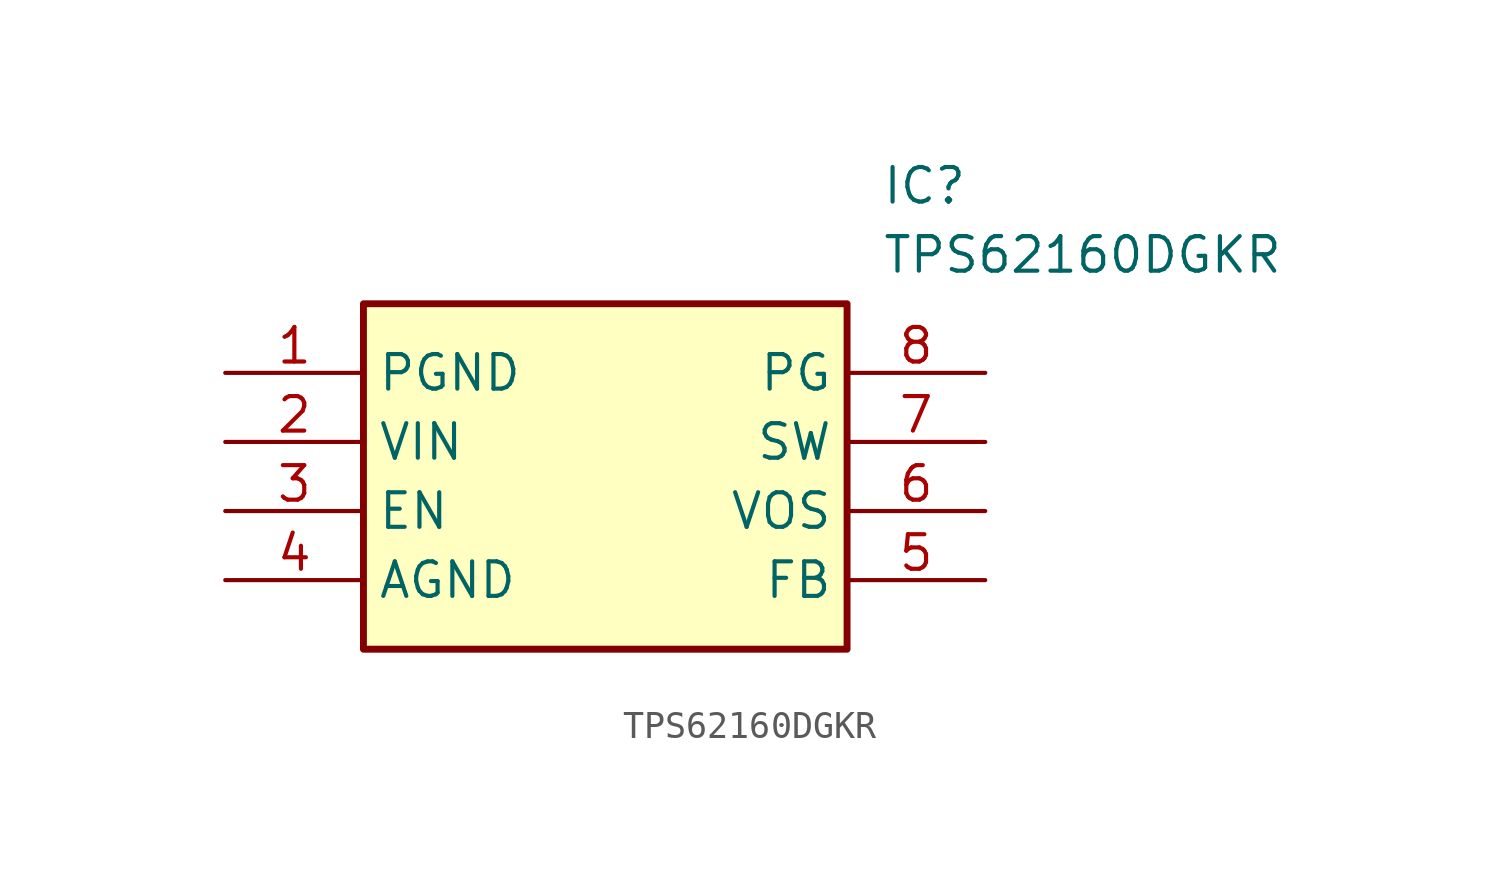
<source format=kicad_sym>
(kicad_symbol_lib
  (version 20211014)
  (generator SamacSys_ECAD_Model)
  (symbol "TPS62160DGKR"
    (property "Reference" "IC"
      (at 24.13 7.62 0)
      (effects (font (size 1.27 1.27)) (justify left top)))
    (property "Value" "TPS62160DGKR"
      (at 24.13 5.08 0)
      (effects (font (size 1.27 1.27)) (justify left top)))
    (rectangle
      (start 5.08 2.54)
      (end 22.86 -10.16)
      (stroke (width 0.254) (type default))
      (fill (type background)))
    (pin passive line
      (at 0 0 0)
      (length 5.08)
      (name "PGND" (effects (font (size 1.27 1.27))))
      (number "1" (effects (font (size 1.27 1.27)))))
    (pin passive line
      (at 0 -2.54 0)
      (length 5.08)
      (name "VIN" (effects (font (size 1.27 1.27))))
      (number "2" (effects (font (size 1.27 1.27)))))
    (pin passive line
      (at 0 -5.08 0)
      (length 5.08)
      (name "EN" (effects (font (size 1.27 1.27))))
      (number "3" (effects (font (size 1.27 1.27)))))
    (pin passive line
      (at 0 -7.62 0)
      (length 5.08)
      (name "AGND" (effects (font (size 1.27 1.27))))
      (number "4" (effects (font (size 1.27 1.27)))))
    (pin passive line
      (at 27.94 0 180)
      (length 5.08)
      (name "PG" (effects (font (size 1.27 1.27))))
      (number "8" (effects (font (size 1.27 1.27)))))
    (pin passive line
      (at 27.94 -2.54 180)
      (length 5.08)
      (name "SW" (effects (font (size 1.27 1.27))))
      (number "7" (effects (font (size 1.27 1.27)))))
    (pin passive line
      (at 27.94 -5.08 180)
      (length 5.08)
      (name "VOS" (effects (font (size 1.27 1.27))))
      (number "6" (effects (font (size 1.27 1.27)))))
    (pin passive line
      (at 27.94 -7.62 180)
      (length 5.08)
      (name "FB" (effects (font (size 1.27 1.27))))
      (number "5" (effects (font (size 1.27 1.27)))))))
</source>
